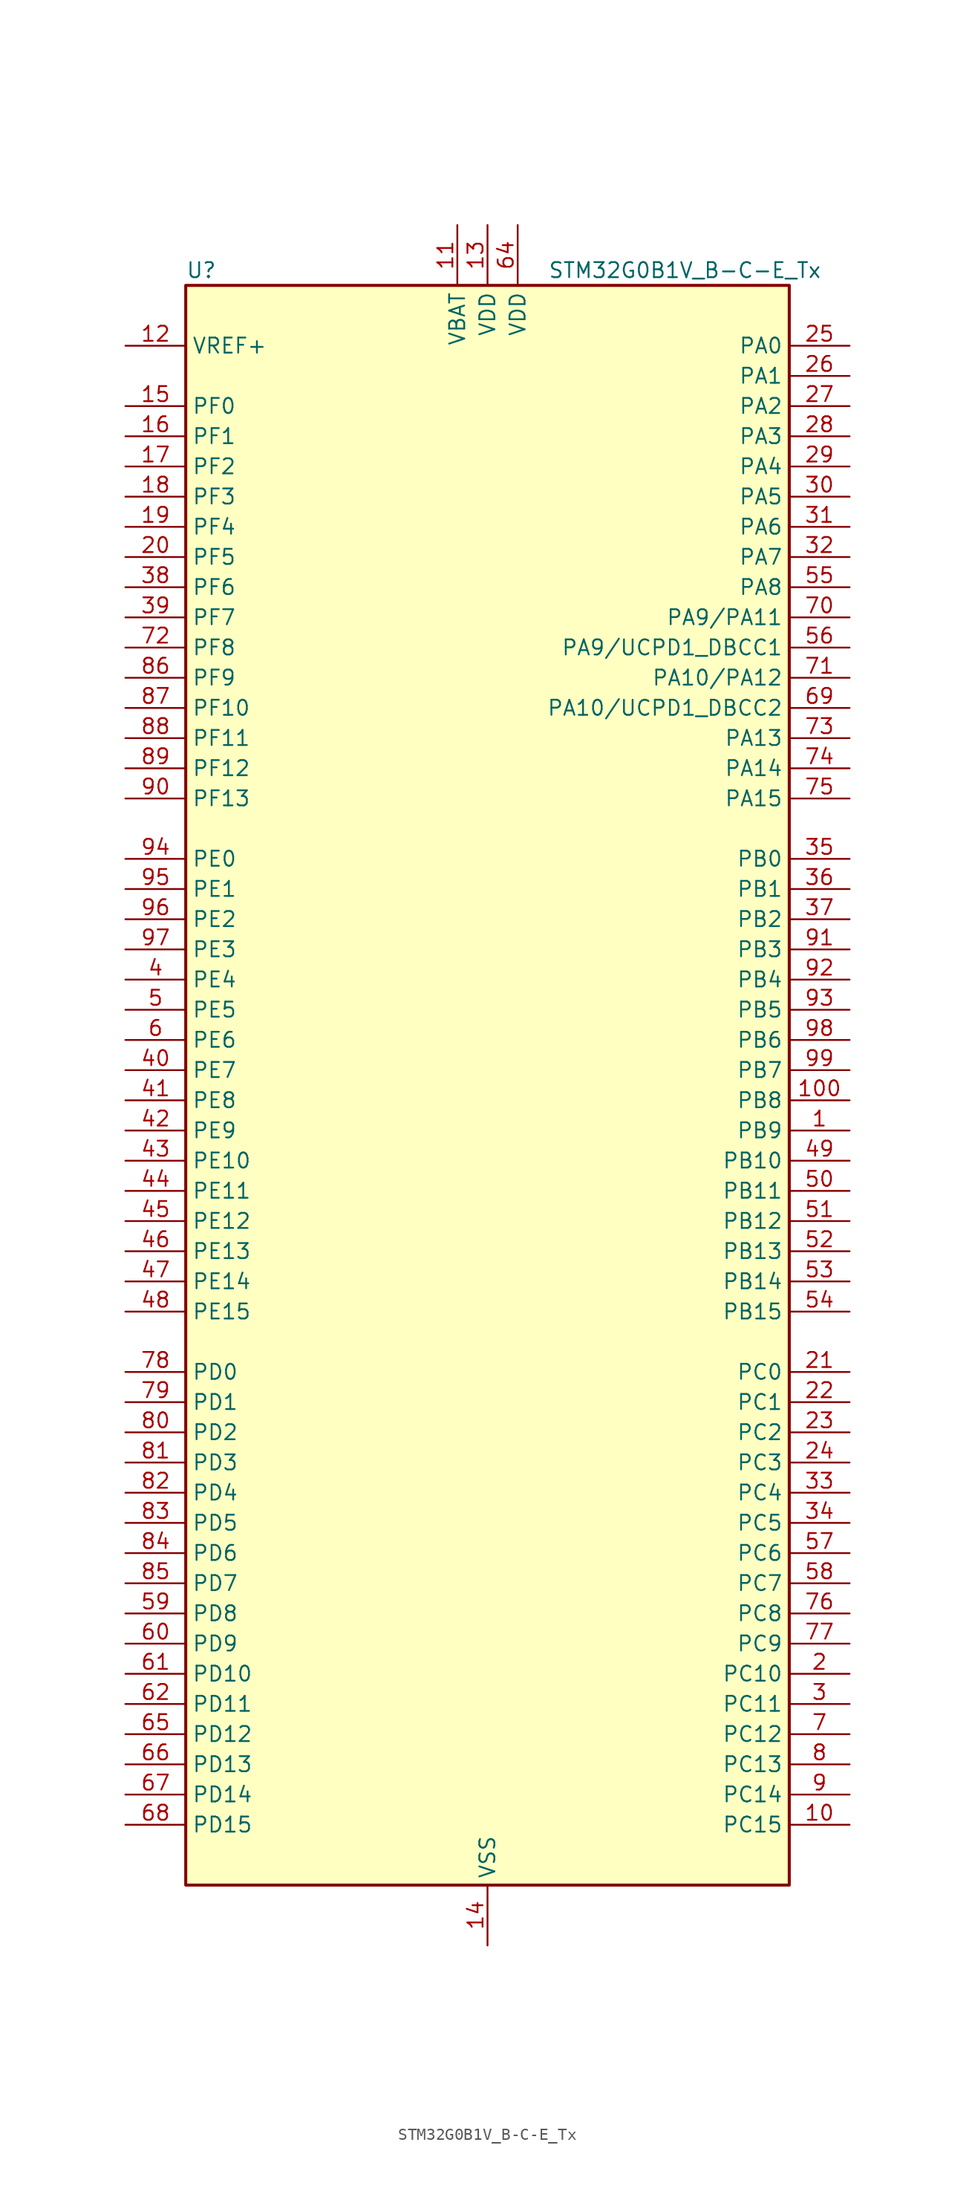
<source format=kicad_sym>
(kicad_symbol_lib
  (version 20241209)
  (generator "kicad_symbol_editor")
  (generator_version "9.0")
  (symbol "STM32G0B1V_B-C-E_Tx"
    (property "Reference" "U"
      (at -25.4 69.85 0)
      (effects (font (size 1.27 1.27)) (justify left)))
    (property "Value" "STM32G0B1V_B-C-E_Tx"
      (at 5.08 69.85 0)
      (effects (font (size 1.27 1.27)) (justify left)))
    (symbol "STM32G0B1V_B-C-E_Tx_0_1"
      (rectangle (start -25.4 -66.04) (end 25.4 68.58) (stroke (width 0.254) (type default)) (fill (type background))))
    (symbol "STM32G0B1V_B-C-E_Tx_1_1"
      (pin input line (at -30.48 63.5 0) (length 5.08) (name "VREF+" (effects (font (size 1.27 1.27)))) (number "12" (effects (font (size 1.27 1.27)))) (alternate "VREFBUF_OUT" bidirectional line))
      (pin bidirectional line (at -30.48 58.42 0) (length 5.08) (name "PF0" (effects (font (size 1.27 1.27)))) (number "15" (effects (font (size 1.27 1.27)))) (alternate "CRS1_SYNC" bidirectional line) (alternate "RCC_OSC_IN" bidirectional line) (alternate "TIM14_CH1" bidirectional line))
      (pin bidirectional line (at -30.48 55.88 0) (length 5.08) (name "PF1" (effects (font (size 1.27 1.27)))) (number "16" (effects (font (size 1.27 1.27)))) (alternate "RCC_OSC_EN" bidirectional line) (alternate "RCC_OSC_OUT" bidirectional line) (alternate "TIM15_CH1N" bidirectional line))
      (pin bidirectional line (at -30.48 53.34 0) (length 5.08) (name "PF2" (effects (font (size 1.27 1.27)))) (number "17" (effects (font (size 1.27 1.27)))) (alternate "LPUART2_DE" bidirectional line) (alternate "LPUART2_RTS" bidirectional line) (alternate "LPUART2_TX" bidirectional line) (alternate "RCC_MCO" bidirectional line))
      (pin bidirectional line (at -30.48 50.8 0) (length 5.08) (name "PF3" (effects (font (size 1.27 1.27)))) (number "18" (effects (font (size 1.27 1.27)))) (alternate "LPUART2_RX" bidirectional line) (alternate "USART6_CK" bidirectional line) (alternate "USART6_DE" bidirectional line) (alternate "USART6_RTS" bidirectional line))
      (pin bidirectional line (at -30.48 48.26 0) (length 5.08) (name "PF4" (effects (font (size 1.27 1.27)))) (number "19" (effects (font (size 1.27 1.27)))) (alternate "LPUART1_TX" bidirectional line))
      (pin bidirectional line (at -30.48 45.72 0) (length 5.08) (name "PF5" (effects (font (size 1.27 1.27)))) (number "20" (effects (font (size 1.27 1.27)))) (alternate "LPUART1_RX" bidirectional line))
      (pin bidirectional line (at -30.48 43.18 0) (length 5.08) (name "PF6" (effects (font (size 1.27 1.27)))) (number "38" (effects (font (size 1.27 1.27)))) (alternate "LPUART1_DE" bidirectional line) (alternate "LPUART1_RTS" bidirectional line))
      (pin bidirectional line (at -30.48 40.64 0) (length 5.08) (name "PF7" (effects (font (size 1.27 1.27)))) (number "39" (effects (font (size 1.27 1.27)))) (alternate "LPUART1_CTS" bidirectional line) (alternate "USART5_CTS" bidirectional line) (alternate "USART5_NSS" bidirectional line))
      (pin bidirectional line (at -30.48 38.1 0) (length 5.08) (name "PF8" (effects (font (size 1.27 1.27)))) (number "72" (effects (font (size 1.27 1.27)))))
      (pin bidirectional line (at -30.48 35.56 0) (length 5.08) (name "PF9" (effects (font (size 1.27 1.27)))) (number "86" (effects (font (size 1.27 1.27)))) (alternate "DAC1_EXTI9" bidirectional line) (alternate "USART6_TX" bidirectional line))
      (pin bidirectional line (at -30.48 33.02 0) (length 5.08) (name "PF10" (effects (font (size 1.27 1.27)))) (number "87" (effects (font (size 1.27 1.27)))) (alternate "USART6_RX" bidirectional line))
      (pin bidirectional line (at -30.48 30.48 0) (length 5.08) (name "PF11" (effects (font (size 1.27 1.27)))) (number "88" (effects (font (size 1.27 1.27)))) (alternate "ADC1_EXTI11" bidirectional line) (alternate "USART6_CK" bidirectional line) (alternate "USART6_DE" bidirectional line) (alternate "USART6_RTS" bidirectional line))
      (pin bidirectional line (at -30.48 27.94 0) (length 5.08) (name "PF12" (effects (font (size 1.27 1.27)))) (number "89" (effects (font (size 1.27 1.27)))) (alternate "TIM15_CH1" bidirectional line) (alternate "USART6_CTS" bidirectional line) (alternate "USART6_NSS" bidirectional line))
      (pin bidirectional line (at -30.48 25.4 0) (length 5.08) (name "PF13" (effects (font (size 1.27 1.27)))) (number "90" (effects (font (size 1.27 1.27)))) (alternate "TIM15_CH2" bidirectional line))
      (pin bidirectional line (at -30.48 20.32 0) (length 5.08) (name "PE0" (effects (font (size 1.27 1.27)))) (number "94" (effects (font (size 1.27 1.27)))) (alternate "TIM16_CH1" bidirectional line) (alternate "TIM4_ETR" bidirectional line))
      (pin bidirectional line (at -30.48 17.78 0) (length 5.08) (name "PE1" (effects (font (size 1.27 1.27)))) (number "95" (effects (font (size 1.27 1.27)))) (alternate "TIM17_CH1" bidirectional line))
      (pin bidirectional line (at -30.48 15.24 0) (length 5.08) (name "PE2" (effects (font (size 1.27 1.27)))) (number "96" (effects (font (size 1.27 1.27)))) (alternate "TIM3_ETR" bidirectional line))
      (pin bidirectional line (at -30.48 12.7 0) (length 5.08) (name "PE3" (effects (font (size 1.27 1.27)))) (number "97" (effects (font (size 1.27 1.27)))) (alternate "TIM3_CH1" bidirectional line))
      (pin bidirectional line (at -30.48 10.16 0) (length 5.08) (name "PE4" (effects (font (size 1.27 1.27)))) (number "4" (effects (font (size 1.27 1.27)))) (alternate "TIM3_CH2" bidirectional line))
      (pin bidirectional line (at -30.48 7.62 0) (length 5.08) (name "PE5" (effects (font (size 1.27 1.27)))) (number "5" (effects (font (size 1.27 1.27)))) (alternate "TIM3_CH3" bidirectional line))
      (pin bidirectional line (at -30.48 5.08 0) (length 5.08) (name "PE6" (effects (font (size 1.27 1.27)))) (number "6" (effects (font (size 1.27 1.27)))) (alternate "RTC_TAMP_IN3" bidirectional line) (alternate "SYS_WKUP3" bidirectional line) (alternate "TIM3_CH4" bidirectional line))
      (pin bidirectional line (at -30.48 2.54 0) (length 5.08) (name "PE7" (effects (font (size 1.27 1.27)))) (number "40" (effects (font (size 1.27 1.27)))) (alternate "COMP3_INP" bidirectional line) (alternate "TIM1_ETR" bidirectional line) (alternate "USART5_CK" bidirectional line) (alternate "USART5_DE" bidirectional line) (alternate "USART5_RTS" bidirectional line))
      (pin bidirectional line (at -30.48 0 0) (length 5.08) (name "PE8" (effects (font (size 1.27 1.27)))) (number "41" (effects (font (size 1.27 1.27)))) (alternate "COMP3_INM" bidirectional line) (alternate "TIM1_CH1N" bidirectional line) (alternate "USART4_TX" bidirectional line))
      (pin bidirectional line (at -30.48 -2.54 0) (length 5.08) (name "PE9" (effects (font (size 1.27 1.27)))) (number "42" (effects (font (size 1.27 1.27)))) (alternate "DAC1_EXTI9" bidirectional line) (alternate "TIM1_CH1" bidirectional line) (alternate "USART4_RX" bidirectional line))
      (pin bidirectional line (at -30.48 -5.08 0) (length 5.08) (name "PE10" (effects (font (size 1.27 1.27)))) (number "43" (effects (font (size 1.27 1.27)))) (alternate "TIM1_CH2N" bidirectional line) (alternate "USART5_TX" bidirectional line))
      (pin bidirectional line (at -30.48 -7.62 0) (length 5.08) (name "PE11" (effects (font (size 1.27 1.27)))) (number "44" (effects (font (size 1.27 1.27)))) (alternate "ADC1_EXTI11" bidirectional line) (alternate "TIM1_CH2" bidirectional line) (alternate "USART5_RX" bidirectional line))
      (pin bidirectional line (at -30.48 -10.16 0) (length 5.08) (name "PE12" (effects (font (size 1.27 1.27)))) (number "45" (effects (font (size 1.27 1.27)))) (alternate "I2S1_WS" bidirectional line) (alternate "SPI1_NSS" bidirectional line) (alternate "TIM1_CH3N" bidirectional line))
      (pin bidirectional line (at -30.48 -12.7 0) (length 5.08) (name "PE13" (effects (font (size 1.27 1.27)))) (number "46" (effects (font (size 1.27 1.27)))) (alternate "I2S1_CK" bidirectional line) (alternate "SPI1_SCK" bidirectional line) (alternate "TIM1_CH3" bidirectional line))
      (pin bidirectional line (at -30.48 -15.24 0) (length 5.08) (name "PE14" (effects (font (size 1.27 1.27)))) (number "47" (effects (font (size 1.27 1.27)))) (alternate "I2S1_MCK" bidirectional line) (alternate "SPI1_MISO" bidirectional line) (alternate "TIM1_BK2" bidirectional line) (alternate "TIM1_CH4" bidirectional line))
      (pin bidirectional line (at -30.48 -17.78 0) (length 5.08) (name "PE15" (effects (font (size 1.27 1.27)))) (number "48" (effects (font (size 1.27 1.27)))) (alternate "I2S1_SD" bidirectional line) (alternate "SPI1_MOSI" bidirectional line) (alternate "TIM1_BK" bidirectional line))
      (pin bidirectional line (at -30.48 -22.86 0) (length 5.08) (name "PD0" (effects (font (size 1.27 1.27)))) (number "78" (effects (font (size 1.27 1.27)))) (alternate "FDCAN1_RX" bidirectional line) (alternate "I2S2_WS" bidirectional line) (alternate "SPI2_NSS" bidirectional line) (alternate "TIM16_CH1" bidirectional line) (alternate "UCPD2_CC1" bidirectional line))
      (pin bidirectional line (at -30.48 -25.4 0) (length 5.08) (name "PD1" (effects (font (size 1.27 1.27)))) (number "79" (effects (font (size 1.27 1.27)))) (alternate "FDCAN1_TX" bidirectional line) (alternate "I2S2_CK" bidirectional line) (alternate "SPI2_SCK" bidirectional line) (alternate "TIM17_CH1" bidirectional line) (alternate "UCPD2_DBCC1" bidirectional line))
      (pin bidirectional line (at -30.48 -27.94 0) (length 5.08) (name "PD2" (effects (font (size 1.27 1.27)))) (number "80" (effects (font (size 1.27 1.27)))) (alternate "TIM1_CH1N" bidirectional line) (alternate "TIM3_ETR" bidirectional line) (alternate "UCPD2_CC2" bidirectional line) (alternate "USART3_CK" bidirectional line) (alternate "USART3_DE" bidirectional line) (alternate "USART3_RTS" bidirectional line) (alternate "USART5_RX" bidirectional line))
      (pin bidirectional line (at -30.48 -30.48 0) (length 5.08) (name "PD3" (effects (font (size 1.27 1.27)))) (number "81" (effects (font (size 1.27 1.27)))) (alternate "I2S2_MCK" bidirectional line) (alternate "SPI2_MISO" bidirectional line) (alternate "TIM1_CH2N" bidirectional line) (alternate "UCPD2_DBCC2" bidirectional line) (alternate "USART2_CTS" bidirectional line) (alternate "USART2_NSS" bidirectional line) (alternate "USART5_TX" bidirectional line))
      (pin bidirectional line (at -30.48 -33.02 0) (length 5.08) (name "PD4" (effects (font (size 1.27 1.27)))) (number "82" (effects (font (size 1.27 1.27)))) (alternate "I2S2_SD" bidirectional line) (alternate "SPI2_MOSI" bidirectional line) (alternate "TIM1_CH3N" bidirectional line) (alternate "USART2_CK" bidirectional line) (alternate "USART2_DE" bidirectional line) (alternate "USART2_RTS" bidirectional line) (alternate "USART5_CK" bidirectional line) (alternate "USART5_DE" bidirectional line) (alternate "USART5_RTS" bidirectional line))
      (pin bidirectional line (at -30.48 -35.56 0) (length 5.08) (name "PD5" (effects (font (size 1.27 1.27)))) (number "83" (effects (font (size 1.27 1.27)))) (alternate "I2S1_MCK" bidirectional line) (alternate "SPI1_MISO" bidirectional line) (alternate "TIM1_BK" bidirectional line) (alternate "USART2_TX" bidirectional line) (alternate "USART5_CTS" bidirectional line) (alternate "USART5_NSS" bidirectional line))
      (pin bidirectional line (at -30.48 -38.1 0) (length 5.08) (name "PD6" (effects (font (size 1.27 1.27)))) (number "84" (effects (font (size 1.27 1.27)))) (alternate "I2S1_SD" bidirectional line) (alternate "LPTIM2_OUT" bidirectional line) (alternate "SPI1_MOSI" bidirectional line) (alternate "USART2_RX" bidirectional line))
      (pin bidirectional line (at -30.48 -40.64 0) (length 5.08) (name "PD7" (effects (font (size 1.27 1.27)))) (number "85" (effects (font (size 1.27 1.27)))) (alternate "RCC_MCO_2" bidirectional line))
      (pin bidirectional line (at -30.48 -43.18 0) (length 5.08) (name "PD8" (effects (font (size 1.27 1.27)))) (number "59" (effects (font (size 1.27 1.27)))) (alternate "I2S1_CK" bidirectional line) (alternate "LPTIM1_OUT" bidirectional line) (alternate "SPI1_SCK" bidirectional line) (alternate "USART3_TX" bidirectional line))
      (pin bidirectional line (at -30.48 -45.72 0) (length 5.08) (name "PD9" (effects (font (size 1.27 1.27)))) (number "60" (effects (font (size 1.27 1.27)))) (alternate "DAC1_EXTI9" bidirectional line) (alternate "I2S1_WS" bidirectional line) (alternate "SPI1_NSS" bidirectional line) (alternate "TIM1_BK2" bidirectional line) (alternate "USART3_RX" bidirectional line))
      (pin bidirectional line (at -30.48 -48.26 0) (length 5.08) (name "PD10" (effects (font (size 1.27 1.27)))) (number "61" (effects (font (size 1.27 1.27)))) (alternate "RCC_MCO" bidirectional line))
      (pin bidirectional line (at -30.48 -50.8 0) (length 5.08) (name "PD11" (effects (font (size 1.27 1.27)))) (number "62" (effects (font (size 1.27 1.27)))) (alternate "ADC1_EXTI11" bidirectional line) (alternate "LPTIM2_ETR" bidirectional line) (alternate "USART3_CTS" bidirectional line) (alternate "USART3_NSS" bidirectional line))
      (pin bidirectional line (at -30.48 -53.34 0) (length 5.08) (name "PD12" (effects (font (size 1.27 1.27)))) (number "65" (effects (font (size 1.27 1.27)))) (alternate "FDCAN1_RX" bidirectional line) (alternate "LPTIM2_IN1" bidirectional line) (alternate "TIM4_CH1" bidirectional line) (alternate "USART3_CK" bidirectional line) (alternate "USART3_DE" bidirectional line) (alternate "USART3_RTS" bidirectional line))
      (pin bidirectional line (at -30.48 -55.88 0) (length 5.08) (name "PD13" (effects (font (size 1.27 1.27)))) (number "66" (effects (font (size 1.27 1.27)))) (alternate "FDCAN1_TX" bidirectional line) (alternate "LPTIM2_OUT" bidirectional line) (alternate "TIM4_CH2" bidirectional line))
      (pin bidirectional line (at -30.48 -58.42 0) (length 5.08) (name "PD14" (effects (font (size 1.27 1.27)))) (number "67" (effects (font (size 1.27 1.27)))) (alternate "FDCAN2_RX" bidirectional line) (alternate "LPUART2_CTS" bidirectional line) (alternate "TIM4_CH3" bidirectional line))
      (pin bidirectional line (at -30.48 -60.96 0) (length 5.08) (name "PD15" (effects (font (size 1.27 1.27)))) (number "68" (effects (font (size 1.27 1.27)))) (alternate "CRS1_SYNC" bidirectional line) (alternate "FDCAN2_TX" bidirectional line) (alternate "LPUART2_DE" bidirectional line) (alternate "LPUART2_RTS" bidirectional line) (alternate "TIM4_CH4" bidirectional line))
      (pin power_in line (at -2.54 73.66 270) (length 5.08) (name "VBAT" (effects (font (size 1.27 1.27)))) (number "11" (effects (font (size 1.27 1.27)))))
      (pin power_in line (at 0 73.66 270) (length 5.08) (name "VDD" (effects (font (size 1.27 1.27)))) (number "13" (effects (font (size 1.27 1.27)))))
      (pin power_in line (at 0 -71.12 90) (length 5.08) (name "VSS" (effects (font (size 1.27 1.27)))) (number "14" (effects (font (size 1.27 1.27)))))
      (pin passive line (at 0 -71.12 90) (length 5.08) (hide yes) (name "VSS" (effects (font (size 1.27 1.27)))) (number "63" (effects (font (size 1.27 1.27)))))
      (pin power_in line (at 2.54 73.66 270) (length 5.08) (name "VDD" (effects (font (size 1.27 1.27)))) (number "64" (effects (font (size 1.27 1.27)))))
      (pin bidirectional line (at 30.48 63.5 180) (length 5.08) (name "PA0" (effects (font (size 1.27 1.27)))) (number "25" (effects (font (size 1.27 1.27)))) (alternate "ADC1_IN0" bidirectional line) (alternate "COMP1_INM" bidirectional line) (alternate "COMP1_OUT" bidirectional line) (alternate "I2S2_CK" bidirectional line) (alternate "LPTIM1_OUT" bidirectional line) (alternate "RTC_TAMP_IN2" bidirectional line) (alternate "SPI2_SCK" bidirectional line) (alternate "SYS_WKUP1" bidirectional line) (alternate "TIM2_CH1" bidirectional line) (alternate "TIM2_ETR" bidirectional line) (alternate "UCPD2_FRSTX1" bidirectional line) (alternate "UCPD2_FRSTX2" bidirectional line) (alternate "USART2_CTS" bidirectional line) (alternate "USART2_NSS" bidirectional line) (alternate "USART4_TX" bidirectional line))
      (pin bidirectional line (at 30.48 60.96 180) (length 5.08) (name "PA1" (effects (font (size 1.27 1.27)))) (number "26" (effects (font (size 1.27 1.27)))) (alternate "ADC1_IN1" bidirectional line) (alternate "COMP1_INP" bidirectional line) (alternate "I2C1_SMBA" bidirectional line) (alternate "I2S1_CK" bidirectional line) (alternate "SPI1_SCK" bidirectional line) (alternate "TIM15_CH1N" bidirectional line) (alternate "TIM2_CH2" bidirectional line) (alternate "USART2_CK" bidirectional line) (alternate "USART2_DE" bidirectional line) (alternate "USART2_RTS" bidirectional line) (alternate "USART4_RX" bidirectional line))
      (pin bidirectional line (at 30.48 58.42 180) (length 5.08) (name "PA2" (effects (font (size 1.27 1.27)))) (number "27" (effects (font (size 1.27 1.27)))) (alternate "ADC1_IN2" bidirectional line) (alternate "COMP2_INM" bidirectional line) (alternate "COMP2_OUT" bidirectional line) (alternate "I2S1_SD" bidirectional line) (alternate "LPUART1_TX" bidirectional line) (alternate "RCC_LSCO" bidirectional line) (alternate "SPI1_MOSI" bidirectional line) (alternate "SYS_WKUP4" bidirectional line) (alternate "TIM15_CH1" bidirectional line) (alternate "TIM2_CH3" bidirectional line) (alternate "UCPD1_FRSTX1" bidirectional line) (alternate "UCPD1_FRSTX2" bidirectional line) (alternate "USART2_TX" bidirectional line))
      (pin bidirectional line (at 30.48 55.88 180) (length 5.08) (name "PA3" (effects (font (size 1.27 1.27)))) (number "28" (effects (font (size 1.27 1.27)))) (alternate "ADC1_IN3" bidirectional line) (alternate "COMP2_INP" bidirectional line) (alternate "I2S2_MCK" bidirectional line) (alternate "LPUART1_RX" bidirectional line) (alternate "SPI2_MISO" bidirectional line) (alternate "TIM15_CH2" bidirectional line) (alternate "TIM2_CH4" bidirectional line) (alternate "UCPD2_FRSTX1" bidirectional line) (alternate "UCPD2_FRSTX2" bidirectional line) (alternate "USART2_RX" bidirectional line))
      (pin bidirectional line (at 30.48 53.34 180) (length 5.08) (name "PA4" (effects (font (size 1.27 1.27)))) (number "29" (effects (font (size 1.27 1.27)))) (alternate "ADC1_IN4" bidirectional line) (alternate "DAC1_OUT1" bidirectional line) (alternate "I2S1_WS" bidirectional line) (alternate "I2S2_SD" bidirectional line) (alternate "LPTIM2_OUT" bidirectional line) (alternate "RTC_OUT2" bidirectional line) (alternate "SPI1_NSS" bidirectional line) (alternate "SPI2_MOSI" bidirectional line) (alternate "SPI3_NSS" bidirectional line) (alternate "TIM14_CH1" bidirectional line) (alternate "UCPD2_FRSTX1" bidirectional line) (alternate "UCPD2_FRSTX2" bidirectional line) (alternate "USART6_TX" bidirectional line) (alternate "USB_NOE" bidirectional line))
      (pin bidirectional line (at 30.48 50.8 180) (length 5.08) (name "PA5" (effects (font (size 1.27 1.27)))) (number "30" (effects (font (size 1.27 1.27)))) (alternate "ADC1_IN5" bidirectional line) (alternate "CEC" bidirectional line) (alternate "DAC1_OUT2" bidirectional line) (alternate "I2S1_CK" bidirectional line) (alternate "LPTIM2_ETR" bidirectional line) (alternate "SPI1_SCK" bidirectional line) (alternate "TIM2_CH1" bidirectional line) (alternate "TIM2_ETR" bidirectional line) (alternate "UCPD1_FRSTX1" bidirectional line) (alternate "UCPD1_FRSTX2" bidirectional line) (alternate "USART3_TX" bidirectional line) (alternate "USART6_RX" bidirectional line))
      (pin bidirectional line (at 30.48 48.26 180) (length 5.08) (name "PA6" (effects (font (size 1.27 1.27)))) (number "31" (effects (font (size 1.27 1.27)))) (alternate "ADC1_IN6" bidirectional line) (alternate "COMP1_OUT" bidirectional line) (alternate "I2C2_SDA" bidirectional line) (alternate "I2C3_SDA" bidirectional line) (alternate "I2S1_MCK" bidirectional line) (alternate "LPUART1_CTS" bidirectional line) (alternate "SPI1_MISO" bidirectional line) (alternate "TIM16_CH1" bidirectional line) (alternate "TIM1_BK" bidirectional line) (alternate "TIM3_CH1" bidirectional line) (alternate "USART3_CTS" bidirectional line) (alternate "USART3_NSS" bidirectional line) (alternate "USART6_CTS" bidirectional line) (alternate "USART6_NSS" bidirectional line))
      (pin bidirectional line (at 30.48 45.72 180) (length 5.08) (name "PA7" (effects (font (size 1.27 1.27)))) (number "32" (effects (font (size 1.27 1.27)))) (alternate "ADC1_IN7" bidirectional line) (alternate "COMP2_OUT" bidirectional line) (alternate "I2C2_SCL" bidirectional line) (alternate "I2C3_SCL" bidirectional line) (alternate "I2S1_SD" bidirectional line) (alternate "SPI1_MOSI" bidirectional line) (alternate "TIM14_CH1" bidirectional line) (alternate "TIM17_CH1" bidirectional line) (alternate "TIM1_CH1N" bidirectional line) (alternate "TIM3_CH2" bidirectional line) (alternate "UCPD1_FRSTX1" bidirectional line) (alternate "UCPD1_FRSTX2" bidirectional line) (alternate "USART6_CK" bidirectional line) (alternate "USART6_DE" bidirectional line) (alternate "USART6_RTS" bidirectional line))
      (pin bidirectional line (at 30.48 43.18 180) (length 5.08) (name "PA8" (effects (font (size 1.27 1.27)))) (number "55" (effects (font (size 1.27 1.27)))) (alternate "CRS1_SYNC" bidirectional line) (alternate "I2C2_SMBA" bidirectional line) (alternate "I2S2_WS" bidirectional line) (alternate "LPTIM2_OUT" bidirectional line) (alternate "RCC_MCO" bidirectional line) (alternate "SPI2_NSS" bidirectional line) (alternate "TIM1_CH1" bidirectional line) (alternate "UCPD1_CC1" bidirectional line))
      (pin bidirectional line (at 30.48 40.64 180) (length 5.08) (name "PA9/PA11" (effects (font (size 1.27 1.27)))) (number "70" (effects (font (size 1.27 1.27)))) (alternate "ADC1_EXTI11 (PA11)" bidirectional line) (alternate "COMP1_OUT (PA11)" bidirectional line) (alternate "DAC1_EXTI9 (PA9)" bidirectional line) (alternate "FDCAN1_RX (PA11)" bidirectional line) (alternate "I2C1_SCL (PA9)" bidirectional line) (alternate "I2C2_SCL (PA11)" bidirectional line) (alternate "I2C2_SCL (PA9)" bidirectional line) (alternate "I2S1_MCK (PA11)" bidirectional line) (alternate "I2S2_MCK (PA9)" bidirectional line) (alternate "PA11" bidirectional line) (alternate "PA9" bidirectional line) (alternate "RCC_MCO (PA9)" bidirectional line) (alternate "SPI1_MISO (PA11)" bidirectional line) (alternate "SPI2_MISO (PA9)" bidirectional line) (alternate "TIM15_BK (PA9)" bidirectional line) (alternate "TIM1_BK2 (PA11)" bidirectional line) (alternate "TIM1_CH2 (PA9)" bidirectional line) (alternate "TIM1_CH4 (PA11)" bidirectional line) (alternate "UCPD1_DBCC1 (PA9)" bidirectional line) (alternate "USART1_CTS (PA11)" bidirectional line) (alternate "USART1_NSS (PA11)" bidirectional line) (alternate "USART1_TX (PA9)" bidirectional line) (alternate "USB_DM (PA11)" bidirectional line))
      (pin bidirectional line (at 30.48 38.1 180) (length 5.08) (name "PA9/UCPD1_DBCC1" (effects (font (size 1.27 1.27)))) (number "56" (effects (font (size 1.27 1.27)))) (alternate "DAC1_EXTI9 (PA9)" bidirectional line) (alternate "I2C1_SCL (PA9)" bidirectional line) (alternate "I2C2_SCL (PA9)" bidirectional line) (alternate "I2S2_MCK (PA9)" bidirectional line) (alternate "PA9" bidirectional line) (alternate "RCC_MCO (PA9)" bidirectional line) (alternate "SPI2_MISO (PA9)" bidirectional line) (alternate "TIM15_BK (PA9)" bidirectional line) (alternate "TIM1_CH2 (PA9)" bidirectional line) (alternate "UCPD1_DBCC1" bidirectional line) (alternate "UCPD1_DBCC1 (PA9)" bidirectional line) (alternate "UCPD1_DBCC1 (UCPD1_DBCC1)" bidirectional line) (alternate "USART1_TX (PA9)" bidirectional line))
      (pin bidirectional line (at 30.48 35.56 180) (length 5.08) (name "PA10/PA12" (effects (font (size 1.27 1.27)))) (number "71" (effects (font (size 1.27 1.27)))) (alternate "COMP2_OUT (PA12)" bidirectional line) (alternate "FDCAN1_TX (PA12)" bidirectional line) (alternate "I2C1_SDA (PA10)" bidirectional line) (alternate "I2C2_SDA (PA10)" bidirectional line) (alternate "I2C2_SDA (PA12)" bidirectional line) (alternate "I2S1_SD (PA12)" bidirectional line) (alternate "I2S2_SD (PA10)" bidirectional line) (alternate "I2S_CKIN (PA12)" bidirectional line) (alternate "PA10" bidirectional line) (alternate "PA12" bidirectional line) (alternate "RCC_MCO_2 (PA10)" bidirectional line) (alternate "SPI1_MOSI (PA12)" bidirectional line) (alternate "SPI2_MOSI (PA10)" bidirectional line) (alternate "TIM17_BK (PA10)" bidirectional line) (alternate "TIM1_CH3 (PA10)" bidirectional line) (alternate "TIM1_ETR (PA12)" bidirectional line) (alternate "UCPD1_DBCC2 (PA10)" bidirectional line) (alternate "USART1_CK (PA12)" bidirectional line) (alternate "USART1_DE (PA12)" bidirectional line) (alternate "USART1_RTS (PA12)" bidirectional line) (alternate "USART1_RX (PA10)" bidirectional line) (alternate "USB_DP (PA12)" bidirectional line))
      (pin bidirectional line (at 30.48 33.02 180) (length 5.08) (name "PA10/UCPD1_DBCC2" (effects (font (size 1.27 1.27)))) (number "69" (effects (font (size 1.27 1.27)))) (alternate "I2C1_SDA (PA10)" bidirectional line) (alternate "I2C2_SDA (PA10)" bidirectional line) (alternate "I2S2_SD (PA10)" bidirectional line) (alternate "PA10" bidirectional line) (alternate "RCC_MCO_2 (PA10)" bidirectional line) (alternate "SPI2_MOSI (PA10)" bidirectional line) (alternate "TIM17_BK (PA10)" bidirectional line) (alternate "TIM1_CH3 (PA10)" bidirectional line) (alternate "UCPD1_DBCC2" bidirectional line) (alternate "UCPD1_DBCC2 (PA10)" bidirectional line) (alternate "UCPD1_DBCC2 (UCPD1_DBCC2)" bidirectional line) (alternate "USART1_RX (PA10)" bidirectional line))
      (pin bidirectional line (at 30.48 30.48 180) (length 5.08) (name "PA13" (effects (font (size 1.27 1.27)))) (number "73" (effects (font (size 1.27 1.27)))) (alternate "IR_OUT" bidirectional line) (alternate "LPUART2_RX" bidirectional line) (alternate "SYS_SWDIO" bidirectional line) (alternate "USB_NOE" bidirectional line))
      (pin bidirectional line (at 30.48 27.94 180) (length 5.08) (name "PA14" (effects (font (size 1.27 1.27)))) (number "74" (effects (font (size 1.27 1.27)))) (alternate "LPUART2_TX" bidirectional line) (alternate "SYS_SWCLK" bidirectional line) (alternate "USART2_TX" bidirectional line))
      (pin bidirectional line (at 30.48 25.4 180) (length 5.08) (name "PA15" (effects (font (size 1.27 1.27)))) (number "75" (effects (font (size 1.27 1.27)))) (alternate "I2C2_SMBA" bidirectional line) (alternate "I2S1_WS" bidirectional line) (alternate "RCC_MCO_2" bidirectional line) (alternate "SPI1_NSS" bidirectional line) (alternate "SPI3_NSS" bidirectional line) (alternate "TIM2_CH1" bidirectional line) (alternate "TIM2_ETR" bidirectional line) (alternate "USART2_RX" bidirectional line) (alternate "USART3_CK" bidirectional line) (alternate "USART3_DE" bidirectional line) (alternate "USART3_RTS" bidirectional line) (alternate "USART4_CK" bidirectional line) (alternate "USART4_DE" bidirectional line) (alternate "USART4_RTS" bidirectional line) (alternate "USB_NOE" bidirectional line))
      (pin bidirectional line (at 30.48 20.32 180) (length 5.08) (name "PB0" (effects (font (size 1.27 1.27)))) (number "35" (effects (font (size 1.27 1.27)))) (alternate "ADC1_IN8" bidirectional line) (alternate "COMP1_OUT" bidirectional line) (alternate "COMP3_INP" bidirectional line) (alternate "FDCAN2_RX" bidirectional line) (alternate "I2S1_WS" bidirectional line) (alternate "LPTIM1_OUT" bidirectional line) (alternate "LPUART2_CTS" bidirectional line) (alternate "SPI1_NSS" bidirectional line) (alternate "TIM1_CH2N" bidirectional line) (alternate "TIM3_CH3" bidirectional line) (alternate "UCPD1_FRSTX1" bidirectional line) (alternate "UCPD1_FRSTX2" bidirectional line) (alternate "USART3_RX" bidirectional line) (alternate "USART5_TX" bidirectional line))
      (pin bidirectional line (at 30.48 17.78 180) (length 5.08) (name "PB1" (effects (font (size 1.27 1.27)))) (number "36" (effects (font (size 1.27 1.27)))) (alternate "ADC1_IN9" bidirectional line) (alternate "COMP1_INM" bidirectional line) (alternate "COMP3_OUT" bidirectional line) (alternate "FDCAN2_TX" bidirectional line) (alternate "LPTIM2_IN1" bidirectional line) (alternate "LPUART1_DE" bidirectional line) (alternate "LPUART1_RTS" bidirectional line) (alternate "LPUART2_DE" bidirectional line) (alternate "LPUART2_RTS" bidirectional line) (alternate "TIM14_CH1" bidirectional line) (alternate "TIM1_CH3N" bidirectional line) (alternate "TIM3_CH4" bidirectional line) (alternate "USART3_CK" bidirectional line) (alternate "USART3_DE" bidirectional line) (alternate "USART3_RTS" bidirectional line) (alternate "USART5_RX" bidirectional line))
      (pin bidirectional line (at 30.48 15.24 180) (length 5.08) (name "PB2" (effects (font (size 1.27 1.27)))) (number "37" (effects (font (size 1.27 1.27)))) (alternate "ADC1_IN10" bidirectional line) (alternate "COMP1_INP" bidirectional line) (alternate "COMP3_INM" bidirectional line) (alternate "I2S2_MCK" bidirectional line) (alternate "LPTIM1_OUT" bidirectional line) (alternate "RCC_MCO_2" bidirectional line) (alternate "SPI2_MISO" bidirectional line) (alternate "USART3_TX" bidirectional line))
      (pin bidirectional line (at 30.48 12.7 180) (length 5.08) (name "PB3" (effects (font (size 1.27 1.27)))) (number "91" (effects (font (size 1.27 1.27)))) (alternate "COMP2_INM" bidirectional line) (alternate "I2C2_SCL" bidirectional line) (alternate "I2C3_SCL" bidirectional line) (alternate "I2S1_CK" bidirectional line) (alternate "SPI1_SCK" bidirectional line) (alternate "SPI3_SCK" bidirectional line) (alternate "TIM1_CH2" bidirectional line) (alternate "TIM2_CH2" bidirectional line) (alternate "USART1_CK" bidirectional line) (alternate "USART1_DE" bidirectional line) (alternate "USART1_RTS" bidirectional line) (alternate "USART5_TX" bidirectional line))
      (pin bidirectional line (at 30.48 10.16 180) (length 5.08) (name "PB4" (effects (font (size 1.27 1.27)))) (number "92" (effects (font (size 1.27 1.27)))) (alternate "COMP2_INP" bidirectional line) (alternate "I2C2_SDA" bidirectional line) (alternate "I2C3_SDA" bidirectional line) (alternate "I2S1_MCK" bidirectional line) (alternate "SPI1_MISO" bidirectional line) (alternate "SPI3_MISO" bidirectional line) (alternate "TIM17_BK" bidirectional line) (alternate "TIM3_CH1" bidirectional line) (alternate "USART1_CTS" bidirectional line) (alternate "USART1_NSS" bidirectional line) (alternate "USART5_RX" bidirectional line))
      (pin bidirectional line (at 30.48 7.62 180) (length 5.08) (name "PB5" (effects (font (size 1.27 1.27)))) (number "93" (effects (font (size 1.27 1.27)))) (alternate "COMP2_OUT" bidirectional line) (alternate "FDCAN2_RX" bidirectional line) (alternate "I2C1_SMBA" bidirectional line) (alternate "I2S1_SD" bidirectional line) (alternate "LPTIM1_IN1" bidirectional line) (alternate "SPI1_MOSI" bidirectional line) (alternate "SPI3_MOSI" bidirectional line) (alternate "SYS_WKUP6" bidirectional line) (alternate "TIM16_BK" bidirectional line) (alternate "TIM3_CH2" bidirectional line) (alternate "USART5_CK" bidirectional line) (alternate "USART5_DE" bidirectional line) (alternate "USART5_RTS" bidirectional line))
      (pin bidirectional line (at 30.48 5.08 180) (length 5.08) (name "PB6" (effects (font (size 1.27 1.27)))) (number "98" (effects (font (size 1.27 1.27)))) (alternate "COMP2_INP" bidirectional line) (alternate "FDCAN2_TX" bidirectional line) (alternate "I2C1_SCL" bidirectional line) (alternate "I2S2_MCK" bidirectional line) (alternate "LPTIM1_ETR" bidirectional line) (alternate "LPUART2_TX" bidirectional line) (alternate "SPI2_MISO" bidirectional line) (alternate "TIM16_CH1N" bidirectional line) (alternate "TIM1_CH3" bidirectional line) (alternate "TIM4_CH1" bidirectional line) (alternate "USART1_TX" bidirectional line) (alternate "USART5_CTS" bidirectional line) (alternate "USART5_NSS" bidirectional line))
      (pin bidirectional line (at 30.48 2.54 180) (length 5.08) (name "PB7" (effects (font (size 1.27 1.27)))) (number "99" (effects (font (size 1.27 1.27)))) (alternate "COMP2_INM" bidirectional line) (alternate "I2C1_SDA" bidirectional line) (alternate "I2S2_SD" bidirectional line) (alternate "LPTIM1_IN2" bidirectional line) (alternate "LPUART2_RX" bidirectional line) (alternate "SPI2_MOSI" bidirectional line) (alternate "SYS_PVD_IN" bidirectional line) (alternate "TIM17_CH1N" bidirectional line) (alternate "TIM4_CH2" bidirectional line) (alternate "USART1_RX" bidirectional line) (alternate "USART4_CTS" bidirectional line) (alternate "USART4_NSS" bidirectional line))
      (pin bidirectional line (at 30.48 0 180) (length 5.08) (name "PB8" (effects (font (size 1.27 1.27)))) (number "100" (effects (font (size 1.27 1.27)))) (alternate "CEC" bidirectional line) (alternate "FDCAN1_RX" bidirectional line) (alternate "I2C1_SCL" bidirectional line) (alternate "I2S2_CK" bidirectional line) (alternate "SPI2_SCK" bidirectional line) (alternate "TIM15_BK" bidirectional line) (alternate "TIM16_CH1" bidirectional line) (alternate "TIM4_CH3" bidirectional line) (alternate "USART3_TX" bidirectional line) (alternate "USART6_TX" bidirectional line))
      (pin bidirectional line (at 30.48 -2.54 180) (length 5.08) (name "PB9" (effects (font (size 1.27 1.27)))) (number "1" (effects (font (size 1.27 1.27)))) (alternate "DAC1_EXTI9" bidirectional line) (alternate "FDCAN1_TX" bidirectional line) (alternate "I2C1_SDA" bidirectional line) (alternate "I2S2_WS" bidirectional line) (alternate "IR_OUT" bidirectional line) (alternate "SPI2_NSS" bidirectional line) (alternate "TIM17_CH1" bidirectional line) (alternate "TIM4_CH4" bidirectional line) (alternate "UCPD2_FRSTX1" bidirectional line) (alternate "UCPD2_FRSTX2" bidirectional line) (alternate "USART3_RX" bidirectional line) (alternate "USART6_RX" bidirectional line))
      (pin bidirectional line (at 30.48 -5.08 180) (length 5.08) (name "PB10" (effects (font (size 1.27 1.27)))) (number "49" (effects (font (size 1.27 1.27)))) (alternate "ADC1_IN11" bidirectional line) (alternate "CEC" bidirectional line) (alternate "COMP1_OUT" bidirectional line) (alternate "I2C2_SCL" bidirectional line) (alternate "I2S2_CK" bidirectional line) (alternate "LPUART1_RX" bidirectional line) (alternate "SPI2_SCK" bidirectional line) (alternate "TIM2_CH3" bidirectional line) (alternate "USART3_TX" bidirectional line))
      (pin bidirectional line (at 30.48 -7.62 180) (length 5.08) (name "PB11" (effects (font (size 1.27 1.27)))) (number "50" (effects (font (size 1.27 1.27)))) (alternate "ADC1_EXTI11" bidirectional line) (alternate "ADC1_IN15" bidirectional line) (alternate "COMP2_OUT" bidirectional line) (alternate "I2C2_SDA" bidirectional line) (alternate "I2S2_SD" bidirectional line) (alternate "LPUART1_TX" bidirectional line) (alternate "SPI2_MOSI" bidirectional line) (alternate "TIM2_CH4" bidirectional line) (alternate "USART3_RX" bidirectional line))
      (pin bidirectional line (at 30.48 -10.16 180) (length 5.08) (name "PB12" (effects (font (size 1.27 1.27)))) (number "51" (effects (font (size 1.27 1.27)))) (alternate "ADC1_IN16" bidirectional line) (alternate "FDCAN2_RX" bidirectional line) (alternate "I2C2_SMBA" bidirectional line) (alternate "I2S2_WS" bidirectional line) (alternate "LPUART1_DE" bidirectional line) (alternate "LPUART1_RTS" bidirectional line) (alternate "SPI2_NSS" bidirectional line) (alternate "TIM15_BK" bidirectional line) (alternate "TIM1_BK" bidirectional line) (alternate "UCPD2_FRSTX1" bidirectional line) (alternate "UCPD2_FRSTX2" bidirectional line))
      (pin bidirectional line (at 30.48 -12.7 180) (length 5.08) (name "PB13" (effects (font (size 1.27 1.27)))) (number "52" (effects (font (size 1.27 1.27)))) (alternate "FDCAN2_TX" bidirectional line) (alternate "I2C2_SCL" bidirectional line) (alternate "I2S2_CK" bidirectional line) (alternate "LPUART1_CTS" bidirectional line) (alternate "SPI2_SCK" bidirectional line) (alternate "TIM15_CH1N" bidirectional line) (alternate "TIM1_CH1N" bidirectional line) (alternate "USART3_CTS" bidirectional line) (alternate "USART3_NSS" bidirectional line))
      (pin bidirectional line (at 30.48 -15.24 180) (length 5.08) (name "PB14" (effects (font (size 1.27 1.27)))) (number "53" (effects (font (size 1.27 1.27)))) (alternate "I2C2_SDA" bidirectional line) (alternate "I2S2_MCK" bidirectional line) (alternate "SPI2_MISO" bidirectional line) (alternate "TIM15_CH1" bidirectional line) (alternate "TIM1_CH2N" bidirectional line) (alternate "UCPD1_FRSTX1" bidirectional line) (alternate "UCPD1_FRSTX2" bidirectional line) (alternate "USART3_CK" bidirectional line) (alternate "USART3_DE" bidirectional line) (alternate "USART3_RTS" bidirectional line) (alternate "USART6_CK" bidirectional line) (alternate "USART6_DE" bidirectional line) (alternate "USART6_RTS" bidirectional line))
      (pin bidirectional line (at 30.48 -17.78 180) (length 5.08) (name "PB15" (effects (font (size 1.27 1.27)))) (number "54" (effects (font (size 1.27 1.27)))) (alternate "I2S2_SD" bidirectional line) (alternate "RTC_REFIN" bidirectional line) (alternate "SPI2_MOSI" bidirectional line) (alternate "TIM15_CH1N" bidirectional line) (alternate "TIM15_CH2" bidirectional line) (alternate "TIM1_CH3N" bidirectional line) (alternate "UCPD1_CC2" bidirectional line) (alternate "USART6_CTS" bidirectional line) (alternate "USART6_NSS" bidirectional line))
      (pin bidirectional line (at 30.48 -22.86 180) (length 5.08) (name "PC0" (effects (font (size 1.27 1.27)))) (number "21" (effects (font (size 1.27 1.27)))) (alternate "COMP3_INM" bidirectional line) (alternate "COMP3_OUT" bidirectional line) (alternate "I2C3_SCL" bidirectional line) (alternate "LPTIM1_IN1" bidirectional line) (alternate "LPTIM2_IN1" bidirectional line) (alternate "LPUART1_RX" bidirectional line) (alternate "LPUART2_TX" bidirectional line) (alternate "USART6_TX" bidirectional line))
      (pin bidirectional line (at 30.48 -25.4 180) (length 5.08) (name "PC1" (effects (font (size 1.27 1.27)))) (number "22" (effects (font (size 1.27 1.27)))) (alternate "COMP3_INP" bidirectional line) (alternate "I2C3_SDA" bidirectional line) (alternate "LPTIM1_OUT" bidirectional line) (alternate "LPUART1_TX" bidirectional line) (alternate "LPUART2_RX" bidirectional line) (alternate "TIM15_CH1" bidirectional line) (alternate "USART6_RX" bidirectional line))
      (pin bidirectional line (at 30.48 -27.94 180) (length 5.08) (name "PC2" (effects (font (size 1.27 1.27)))) (number "23" (effects (font (size 1.27 1.27)))) (alternate "COMP3_OUT" bidirectional line) (alternate "FDCAN2_RX" bidirectional line) (alternate "I2S2_MCK" bidirectional line) (alternate "LPTIM1_IN2" bidirectional line) (alternate "SPI2_MISO" bidirectional line) (alternate "TIM15_CH2" bidirectional line))
      (pin bidirectional line (at 30.48 -30.48 180) (length 5.08) (name "PC3" (effects (font (size 1.27 1.27)))) (number "24" (effects (font (size 1.27 1.27)))) (alternate "FDCAN2_TX" bidirectional line) (alternate "I2S2_SD" bidirectional line) (alternate "LPTIM1_ETR" bidirectional line) (alternate "LPTIM2_ETR" bidirectional line) (alternate "SPI2_MOSI" bidirectional line))
      (pin bidirectional line (at 30.48 -33.02 180) (length 5.08) (name "PC4" (effects (font (size 1.27 1.27)))) (number "33" (effects (font (size 1.27 1.27)))) (alternate "ADC1_IN17" bidirectional line) (alternate "COMP1_INM" bidirectional line) (alternate "FDCAN1_RX" bidirectional line) (alternate "TIM2_CH1" bidirectional line) (alternate "TIM2_ETR" bidirectional line) (alternate "USART1_TX" bidirectional line) (alternate "USART3_TX" bidirectional line))
      (pin bidirectional line (at 30.48 -35.56 180) (length 5.08) (name "PC5" (effects (font (size 1.27 1.27)))) (number "34" (effects (font (size 1.27 1.27)))) (alternate "ADC1_IN18" bidirectional line) (alternate "COMP1_INP" bidirectional line) (alternate "FDCAN1_TX" bidirectional line) (alternate "SYS_WKUP5" bidirectional line) (alternate "TIM2_CH2" bidirectional line) (alternate "USART1_RX" bidirectional line) (alternate "USART3_RX" bidirectional line))
      (pin bidirectional line (at 30.48 -38.1 180) (length 5.08) (name "PC6" (effects (font (size 1.27 1.27)))) (number "57" (effects (font (size 1.27 1.27)))) (alternate "LPUART2_TX" bidirectional line) (alternate "TIM2_CH3" bidirectional line) (alternate "TIM3_CH1" bidirectional line) (alternate "UCPD1_FRSTX1" bidirectional line) (alternate "UCPD1_FRSTX2" bidirectional line))
      (pin bidirectional line (at 30.48 -40.64 180) (length 5.08) (name "PC7" (effects (font (size 1.27 1.27)))) (number "58" (effects (font (size 1.27 1.27)))) (alternate "LPUART2_RX" bidirectional line) (alternate "TIM2_CH4" bidirectional line) (alternate "TIM3_CH2" bidirectional line) (alternate "UCPD2_FRSTX1" bidirectional line) (alternate "UCPD2_FRSTX2" bidirectional line))
      (pin bidirectional line (at 30.48 -43.18 180) (length 5.08) (name "PC8" (effects (font (size 1.27 1.27)))) (number "76" (effects (font (size 1.27 1.27)))) (alternate "LPUART2_CTS" bidirectional line) (alternate "TIM1_CH1" bidirectional line) (alternate "TIM3_CH3" bidirectional line) (alternate "UCPD2_FRSTX1" bidirectional line) (alternate "UCPD2_FRSTX2" bidirectional line))
      (pin bidirectional line (at 30.48 -45.72 180) (length 5.08) (name "PC9" (effects (font (size 1.27 1.27)))) (number "77" (effects (font (size 1.27 1.27)))) (alternate "DAC1_EXTI9" bidirectional line) (alternate "I2S_CKIN" bidirectional line) (alternate "LPUART2_DE" bidirectional line) (alternate "LPUART2_RTS" bidirectional line) (alternate "TIM1_CH2" bidirectional line) (alternate "TIM3_CH4" bidirectional line) (alternate "USB_NOE" bidirectional line))
      (pin bidirectional line (at 30.48 -48.26 180) (length 5.08) (name "PC10" (effects (font (size 1.27 1.27)))) (number "2" (effects (font (size 1.27 1.27)))) (alternate "SPI3_SCK" bidirectional line) (alternate "TIM1_CH3" bidirectional line) (alternate "USART3_TX" bidirectional line) (alternate "USART4_TX" bidirectional line))
      (pin bidirectional line (at 30.48 -50.8 180) (length 5.08) (name "PC11" (effects (font (size 1.27 1.27)))) (number "3" (effects (font (size 1.27 1.27)))) (alternate "ADC1_EXTI11" bidirectional line) (alternate "SPI3_MISO" bidirectional line) (alternate "TIM1_CH4" bidirectional line) (alternate "USART3_RX" bidirectional line) (alternate "USART4_RX" bidirectional line))
      (pin bidirectional line (at 30.48 -53.34 180) (length 5.08) (name "PC12" (effects (font (size 1.27 1.27)))) (number "7" (effects (font (size 1.27 1.27)))) (alternate "LPTIM1_IN1" bidirectional line) (alternate "SPI3_MOSI" bidirectional line) (alternate "TIM14_CH1" bidirectional line) (alternate "UCPD1_FRSTX1" bidirectional line) (alternate "UCPD1_FRSTX2" bidirectional line) (alternate "USART5_TX" bidirectional line))
      (pin bidirectional line (at 30.48 -55.88 180) (length 5.08) (name "PC13" (effects (font (size 1.27 1.27)))) (number "8" (effects (font (size 1.27 1.27)))) (alternate "RTC_OUT1" bidirectional line) (alternate "RTC_TAMP_IN1" bidirectional line) (alternate "RTC_TS" bidirectional line) (alternate "SYS_WKUP2" bidirectional line) (alternate "TIM1_BK" bidirectional line))
      (pin bidirectional line (at 30.48 -58.42 180) (length 5.08) (name "PC14" (effects (font (size 1.27 1.27)))) (number "9" (effects (font (size 1.27 1.27)))) (alternate "RCC_OSC32_IN" bidirectional line) (alternate "TIM1_BK2" bidirectional line))
      (pin bidirectional line (at 30.48 -60.96 180) (length 5.08) (name "PC15" (effects (font (size 1.27 1.27)))) (number "10" (effects (font (size 1.27 1.27)))) (alternate "RCC_OSC32_EN" bidirectional line) (alternate "RCC_OSC32_OUT" bidirectional line) (alternate "RCC_OSC_EN" bidirectional line) (alternate "TIM15_BK" bidirectional line)))))
</source>
